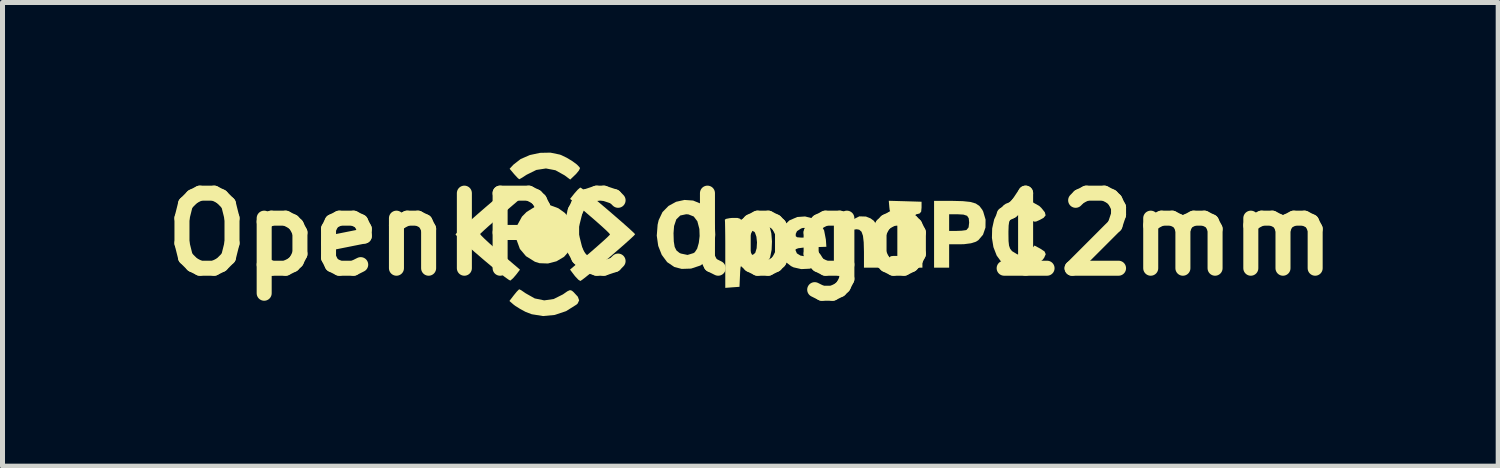
<source format=kicad_pcb>
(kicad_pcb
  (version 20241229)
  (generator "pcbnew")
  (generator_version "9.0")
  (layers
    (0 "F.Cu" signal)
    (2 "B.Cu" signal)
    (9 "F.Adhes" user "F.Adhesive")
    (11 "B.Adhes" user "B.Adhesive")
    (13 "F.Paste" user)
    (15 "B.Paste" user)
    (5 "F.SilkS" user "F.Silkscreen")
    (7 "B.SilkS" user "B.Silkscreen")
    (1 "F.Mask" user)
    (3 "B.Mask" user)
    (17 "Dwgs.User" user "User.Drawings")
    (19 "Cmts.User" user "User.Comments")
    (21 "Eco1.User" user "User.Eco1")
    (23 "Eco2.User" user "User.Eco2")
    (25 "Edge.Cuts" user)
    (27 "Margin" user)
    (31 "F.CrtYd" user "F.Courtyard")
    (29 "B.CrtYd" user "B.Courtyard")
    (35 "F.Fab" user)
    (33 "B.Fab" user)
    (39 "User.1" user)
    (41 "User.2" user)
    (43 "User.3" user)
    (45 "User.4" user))
  (footprint "OpenIPC logo 12mm"
    (layer "F.Cu")
    (at 11.943 1.631)
    (property "Reference" "OpenIPC logo 12mm" (at 0 0 0) (layer "F.SilkS") (effects (font (size 1.5 1.5) (thickness 0.3))))
    (attr board_only exclude_from_pos_files exclude_from_bom)
    (fp_poly (pts (xy -3.986 -0.575) (xy -3.837 -0.52) (xy -3.707 -0.427) (xy -3.605 -0.304) (xy -3.538 -0.157) (xy -3.515 0.006) (xy -3.542 0.178) (xy -3.609 0.323) (xy -3.723 0.451) (xy -3.874 0.54) (xy -4.044 0.584) (xy -4.214 0.578) (xy -4.305 0.549) (xy -4.483 0.438) (xy -4.605 0.293) (xy -4.67 0.115) (xy -4.681 0) (xy -4.652 -0.191) (xy -4.563 -0.353) (xy -4.472 -0.445) (xy -4.312 -0.545) (xy -4.147 -0.585)) (stroke (width 0) (type solid)) (fill yes) (layer "F.SilkS"))
    (fp_poly (pts (xy -4.579 1.118) (xy -4.512 1.164) (xy -4.492 1.178) (xy -4.308 1.282) (xy -4.119 1.321) (xy -3.93 1.294) (xy -3.746 1.202) (xy -3.736 1.195) (xy -3.654 1.138) (xy -3.604 1.116) (xy -3.566 1.127) (xy -3.532 1.156) (xy -3.447 1.248) (xy -3.421 1.321) (xy -3.452 1.386) (xy -3.476 1.407) (xy -3.682 1.536) (xy -3.909 1.612) (xy -4.142 1.634) (xy -4.368 1.598) (xy -4.489 1.552) (xy -4.6 1.492) (xy -4.697 1.431) (xy -4.735 1.402) (xy -4.814 1.333) (xy -4.725 1.217) (xy -4.667 1.146) (xy -4.625 1.104) (xy -4.616 1.1)) (stroke (width 0) (type solid)) (fill yes) (layer "F.SilkS"))
    (fp_poly (pts (xy -3.806 -1.592) (xy -3.779 -1.582) (xy -3.665 -1.527) (xy -3.555 -1.46) (xy -3.466 -1.394) (xy -3.413 -1.339) (xy -3.404 -1.318) (xy -3.427 -1.272) (xy -3.482 -1.205) (xy -3.502 -1.186) (xy -3.599 -1.093) (xy -3.711 -1.177) (xy -3.894 -1.279) (xy -4.084 -1.315) (xy -4.277 -1.285) (xy -4.471 -1.189) (xy -4.479 -1.184) (xy -4.557 -1.133) (xy -4.609 -1.103) (xy -4.618 -1.1) (xy -4.647 -1.123) (xy -4.701 -1.181) (xy -4.722 -1.204) (xy -4.81 -1.309) (xy -4.733 -1.392) (xy -4.59 -1.503) (xy -4.406 -1.583) (xy -4.201 -1.627) (xy -3.995 -1.631)) (stroke (width 0) (type solid)) (fill yes) (layer "F.SilkS"))
    (fp_poly (pts (xy 2.31 -0.354) (xy 2.401 -0.318) (xy 2.469 -0.268) (xy 2.517 -0.193) (xy 2.548 -0.082) (xy 2.565 0.075) (xy 2.57 0.286) (xy 2.57 0.305) (xy 2.57 0.667) (xy 2.42 0.667) (xy 2.27 0.667) (xy 2.27 0.348) (xy 2.265 0.16) (xy 2.25 0.03) (xy 2.221 -0.051) (xy 2.175 -0.091) (xy 2.125 -0.1) (xy 2.06 -0.092) (xy 2.016 -0.061) (xy 1.988 0.004) (xy 1.974 0.112) (xy 1.969 0.274) (xy 1.969 0.323) (xy 1.969 0.667) (xy 1.819 0.667) (xy 1.669 0.667) (xy 1.669 0.167) (xy 1.669 -0.333) (xy 1.819 -0.333) (xy 1.917 -0.327) (xy 1.962 -0.306) (xy 1.969 -0.281) (xy 1.978 -0.252) (xy 2.012 -0.265) (xy 2.057 -0.298) (xy 2.178 -0.358)) (stroke (width 0) (type solid)) (fill yes) (layer "F.SilkS"))
    (fp_poly (pts (xy 3.094 -0.66) (xy 3.421 -0.65) (xy 3.421 -0.533) (xy 3.413 -0.451) (xy 3.381 -0.415) (xy 3.346 -0.406) (xy 3.315 -0.399) (xy 3.294 -0.381) (xy 3.281 -0.34) (xy 3.274 -0.266) (xy 3.271 -0.147) (xy 3.271 0.019) (xy 3.271 0.433) (xy 3.354 0.433) (xy 3.411 0.442) (xy 3.434 0.481) (xy 3.438 0.55) (xy 3.438 0.667) (xy 3.104 0.667) (xy 2.77 0.667) (xy 2.77 0.55) (xy 2.777 0.471) (xy 2.805 0.439) (xy 2.854 0.433) (xy 2.937 0.433) (xy 2.937 0.019) (xy 2.937 -0.153) (xy 2.934 -0.27) (xy 2.927 -0.342) (xy 2.914 -0.382) (xy 2.892 -0.399) (xy 2.862 -0.406) (xy 2.81 -0.427) (xy 2.784 -0.483) (xy 2.777 -0.543) (xy 2.766 -0.669)) (stroke (width 0) (type solid)) (fill yes) (layer "F.SilkS"))
    (fp_poly (pts (xy 4.245 -0.662) (xy 4.396 -0.646) (xy 4.503 -0.615) (xy 4.578 -0.564) (xy 4.634 -0.49) (xy 4.652 -0.455) (xy 4.7 -0.293) (xy 4.698 -0.134) (xy 4.649 0.009) (xy 4.556 0.118) (xy 4.507 0.149) (xy 4.409 0.18) (xy 4.27 0.198) (xy 4.19 0.2) (xy 3.972 0.2) (xy 3.972 0.433) (xy 3.972 0.667) (xy 3.822 0.667) (xy 3.671 0.667) (xy 3.671 0) (xy 3.671 -0.233) (xy 3.972 -0.233) (xy 3.972 -0.067) (xy 4.119 -0.067) (xy 4.223 -0.071) (xy 4.303 -0.082) (xy 4.32 -0.087) (xy 4.361 -0.138) (xy 4.372 -0.233) (xy 4.364 -0.319) (xy 4.331 -0.369) (xy 4.259 -0.393) (xy 4.136 -0.4) (xy 4.119 -0.4) (xy 3.972 -0.4) (xy 3.972 -0.233) (xy 3.671 -0.233) (xy 3.671 -0.667) (xy 4.04 -0.667)) (stroke (width 0) (type solid)) (fill yes) (layer "F.SilkS"))
    (fp_poly (pts (xy -4.773 -0.909) (xy -4.717 -0.848) (xy -4.693 -0.818) (xy -4.605 -0.703) (xy -4.998 -0.366) (xy -5.133 -0.248) (xy -5.25 -0.145) (xy -5.338 -0.065) (xy -5.39 -0.016) (xy -5.399 -0.004) (xy -5.378 0.024) (xy -5.314 0.088) (xy -5.216 0.179) (xy -5.092 0.289) (xy -5.006 0.363) (xy -4.603 0.707) (xy -4.682 0.81) (xy -4.742 0.879) (xy -4.79 0.921) (xy -4.797 0.925) (xy -4.831 0.907) (xy -4.908 0.852) (xy -5.019 0.766) (xy -5.157 0.654) (xy -5.312 0.524) (xy -5.361 0.482) (xy -5.519 0.346) (xy -5.659 0.223) (xy -5.772 0.122) (xy -5.851 0.047) (xy -5.889 0.007) (xy -5.891 0.003) (xy -5.867 -0.026) (xy -5.801 -0.089) (xy -5.701 -0.18) (xy -5.578 -0.29) (xy -5.44 -0.411) (xy -5.296 -0.536) (xy -5.156 -0.656) (xy -5.028 -0.763) (xy -4.921 -0.851) (xy -4.846 -0.91) (xy -4.81 -0.933) (xy -4.809 -0.933)) (stroke (width 0) (type solid)) (fill yes) (layer "F.SilkS"))
    (fp_poly (pts (xy -3.363 -0.913) (xy -3.291 -0.856) (xy -3.186 -0.771) (xy -3.059 -0.665) (xy -2.919 -0.547) (xy -2.774 -0.423) (xy -2.634 -0.302) (xy -2.508 -0.192) (xy -2.405 -0.1) (xy -2.334 -0.034) (xy -2.303 -0.001) (xy -2.303 -0.000102) (xy -2.327 0.028) (xy -2.394 0.091) (xy -2.494 0.181) (xy -2.618 0.29) (xy -2.757 0.41) (xy -2.902 0.534) (xy -3.043 0.653) (xy -3.173 0.761) (xy -3.281 0.848) (xy -3.358 0.908) (xy -3.396 0.933) (xy -3.397 0.933) (xy -3.436 0.909) (xy -3.494 0.848) (xy -3.517 0.82) (xy -3.603 0.706) (xy -3.203 0.366) (xy -3.067 0.248) (xy -2.951 0.145) (xy -2.863 0.065) (xy -2.812 0.014) (xy -2.804 0.002) (xy -2.828 -0.027) (xy -2.894 -0.091) (xy -2.994 -0.182) (xy -3.119 -0.292) (xy -3.203 -0.364) (xy -3.602 -0.707) (xy -3.512 -0.82) (xy -3.451 -0.889) (xy -3.405 -0.929) (xy -3.395 -0.933)) (stroke (width 0) (type solid)) (fill yes) (layer "F.SilkS"))
    (fp_poly (pts (xy -1.144 -0.674) (xy -0.982 -0.608) (xy -0.91 -0.555) (xy -0.807 -0.445) (xy -0.742 -0.32) (xy -0.709 -0.164) (xy -0.701 0.009) (xy -0.719 0.233) (xy -0.776 0.408) (xy -0.875 0.54) (xy -1 0.625) (xy -1.185 0.686) (xy -1.373 0.692) (xy -1.52 0.653) (xy -1.662 0.557) (xy -1.77 0.412) (xy -1.841 0.232) (xy -1.87 0.027) (xy -1.866 -0.021) (xy -1.535 -0.021) (xy -1.53 0.142) (xy -1.512 0.253) (xy -1.476 0.324) (xy -1.418 0.371) (xy -1.389 0.385) (xy -1.255 0.413) (xy -1.137 0.377) (xy -1.11 0.359) (xy -1.063 0.288) (xy -1.03 0.173) (xy -1.013 0.035) (xy -1.018 -0.103) (xy -1.019 -0.108) (xy -1.059 -0.26) (xy -1.131 -0.355) (xy -1.237 -0.397) (xy -1.283 -0.4) (xy -1.4 -0.375) (xy -1.48 -0.297) (xy -1.524 -0.165) (xy -1.535 -0.021) (xy -1.866 -0.021) (xy -1.853 -0.191) (xy -1.832 -0.282) (xy -1.756 -0.443) (xy -1.635 -0.566) (xy -1.484 -0.649) (xy -1.316 -0.686)) (stroke (width 0) (type solid)) (fill yes) (layer "F.SilkS"))
    (fp_poly (pts (xy 5.622 -0.65) (xy 5.771 -0.567) (xy 5.814 -0.527) (xy 5.884 -0.44) (xy 5.9 -0.378) (xy 5.859 -0.328) (xy 5.788 -0.289) (xy 5.709 -0.254) (xy 5.664 -0.253) (xy 5.624 -0.289) (xy 5.602 -0.316) (xy 5.511 -0.383) (xy 5.396 -0.399) (xy 5.279 -0.365) (xy 5.236 -0.336) (xy 5.196 -0.298) (xy 5.172 -0.25) (xy 5.161 -0.175) (xy 5.157 -0.057) (xy 5.157 -0.004) (xy 5.159 0.136) (xy 5.169 0.227) (xy 5.19 0.287) (xy 5.226 0.334) (xy 5.23 0.338) (xy 5.336 0.402) (xy 5.452 0.407) (xy 5.562 0.354) (xy 5.598 0.318) (xy 5.678 0.225) (xy 5.793 0.287) (xy 5.878 0.343) (xy 5.902 0.398) (xy 5.871 0.469) (xy 5.842 0.508) (xy 5.721 0.612) (xy 5.562 0.677) (xy 5.386 0.699) (xy 5.211 0.673) (xy 5.153 0.652) (xy 5.021 0.561) (xy 4.922 0.425) (xy 4.857 0.257) (xy 4.827 0.072) (xy 4.832 -0.117) (xy 4.872 -0.298) (xy 4.948 -0.457) (xy 5.061 -0.58) (xy 5.105 -0.61) (xy 5.27 -0.674) (xy 5.449 -0.686)) (stroke (width 0) (type solid)) (fill yes) (layer "F.SilkS"))
    (fp_poly (pts (xy 1.266 -0.312) (xy 1.393 -0.219) (xy 1.474 -0.077) (xy 1.509 0.105) (xy 1.519 0.25) (xy 1.21 0.26) (xy 1.055 0.267) (xy 0.958 0.279) (xy 0.91 0.297) (xy 0.901 0.314) (xy 0.93 0.382) (xy 1.002 0.426) (xy 1.097 0.442) (xy 1.196 0.426) (xy 1.267 0.384) (xy 1.317 0.346) (xy 1.353 0.352) (xy 1.401 0.404) (xy 1.452 0.486) (xy 1.445 0.552) (xy 1.377 0.614) (xy 1.336 0.638) (xy 1.184 0.688) (xy 1.017 0.696) (xy 0.863 0.661) (xy 0.811 0.635) (xy 0.696 0.545) (xy 0.624 0.435) (xy 0.59 0.291) (xy 0.584 0.162) (xy 0.59 0.021) (xy 0.596 -0.008) (xy 0.907 -0.008) (xy 0.907 0.038) (xy 0.935 0.06) (xy 1.008 0.066) (xy 1.049 0.067) (xy 1.155 0.058) (xy 1.2 0.032) (xy 1.202 0.023) (xy 1.183 -0.037) (xy 1.155 -0.085) (xy 1.109 -0.127) (xy 1.048 -0.126) (xy 1.013 -0.115) (xy 0.932 -0.062) (xy 0.907 -0.008) (xy 0.596 -0.008) (xy 0.61 -0.076) (xy 0.65 -0.151) (xy 0.653 -0.156) (xy 0.78 -0.277) (xy 0.937 -0.345) (xy 1.093 -0.356)) (stroke (width 0) (type solid)) (fill yes) (layer "F.SilkS"))
    (fp_poly (pts (xy 0.191 -0.337) (xy 0.306 -0.261) (xy 0.384 -0.155) (xy 0.386 -0.149) (xy 0.419 -0.02) (xy 0.432 0.143) (xy 0.425 0.31) (xy 0.397 0.452) (xy 0.386 0.482) (xy 0.309 0.592) (xy 0.196 0.666) (xy 0.065 0.698) (xy -0.063 0.681) (xy -0.125 0.649) (xy -0.163 0.625) (xy -0.186 0.628) (xy -0.197 0.668) (xy -0.204 0.759) (xy -0.207 0.824) (xy -0.217 1.05) (xy -0.359 1.06) (xy -0.501 1.071) (xy -0.501 0.402) (xy -0.501 0.197) (xy -0.501 0.165) (xy -0.2 0.165) (xy -0.197 0.281) (xy -0.189 0.37) (xy -0.178 0.411) (xy -0.114 0.435) (xy -0.025 0.432) (xy 0.058 0.405) (xy 0.099 0.369) (xy 0.126 0.278) (xy 0.133 0.162) (xy 0.121 0.049) (xy 0.092 -0.034) (xy 0.081 -0.048) (xy -0.011 -0.096) (xy -0.127 -0.087) (xy -0.147 -0.08) (xy -0.177 -0.052) (xy -0.194 0.011) (xy -0.2 0.123) (xy -0.2 0.165) (xy -0.501 0.165) (xy -0.502 0.015) (xy -0.504 -0.134) (xy -0.506 -0.239) (xy -0.509 -0.289) (xy -0.509 -0.292) (xy -0.484 -0.308) (xy -0.412 -0.322) (xy -0.359 -0.327) (xy -0.256 -0.326) (xy -0.205 -0.31) (xy -0.2 -0.301) (xy -0.175 -0.288) (xy -0.106 -0.314) (xy -0.102 -0.316) (xy -0.011 -0.352) (xy 0.067 -0.367)) (stroke (width 0) (type solid)) (fill yes) (layer "F.SilkS")))
  (gr_rect
    (start -3 -3)
    (end 26.886 6.265)
    (stroke (width 0.1) (type default))
    (fill no)
    (layer "Edge.Cuts")))
</source>
